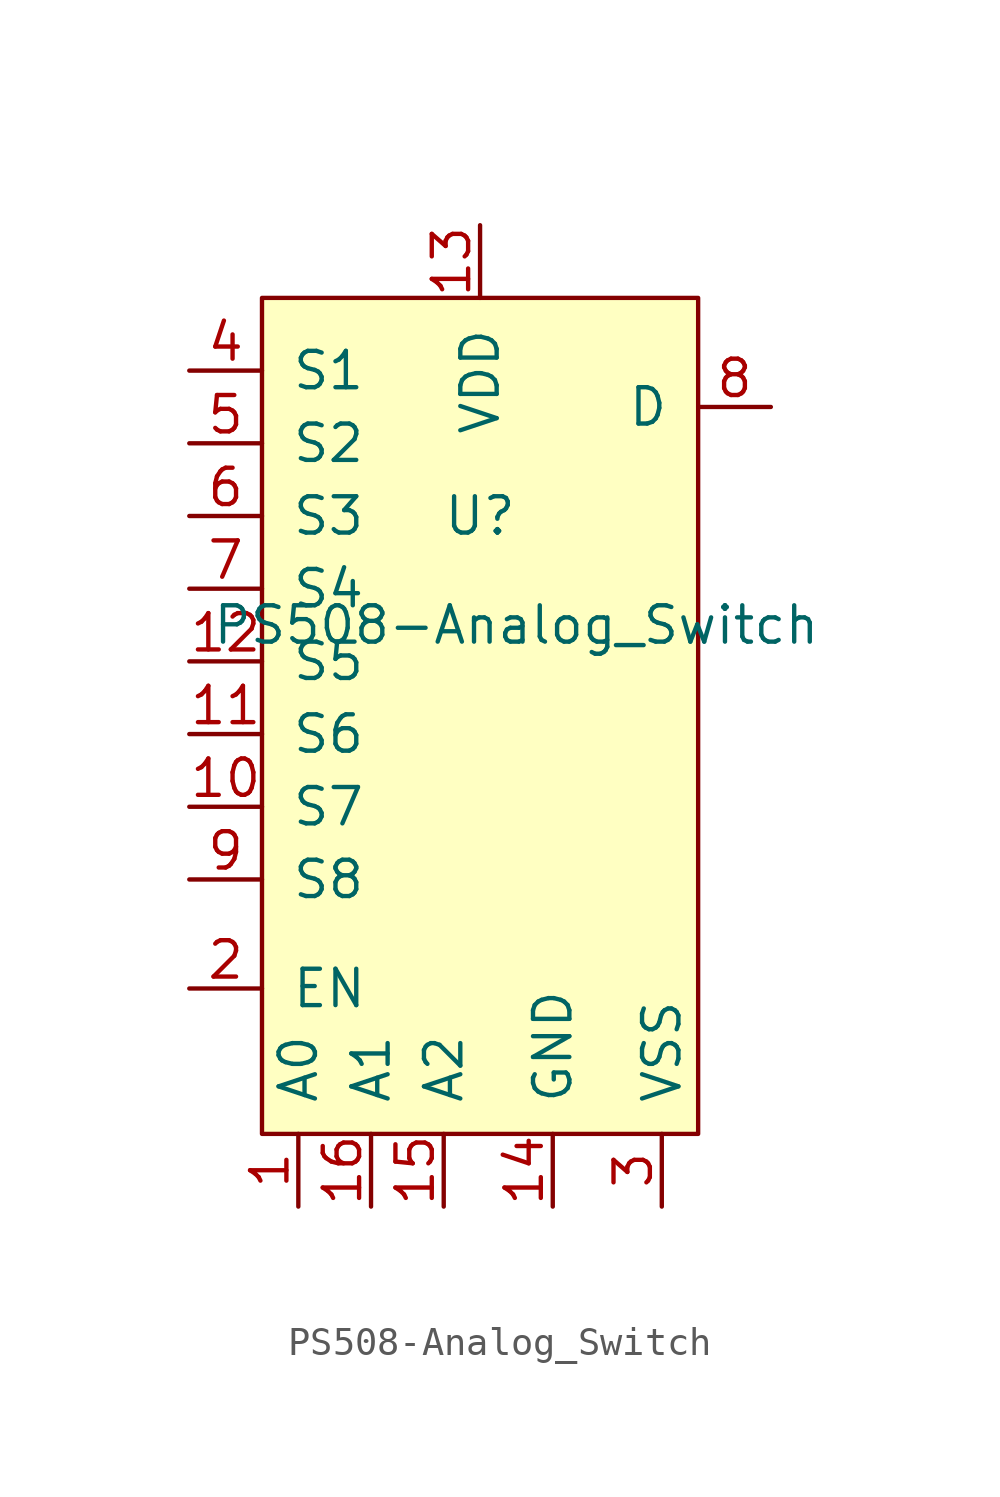
<source format=kicad_sym>
(kicad_symbol_lib
  (version 20211014)
  (generator kicad_symbol_editor)
  (symbol "PS508-Analog_Switch"
    (pin_names
      (offset 1.016))
    (property "Reference" "U"
      (at 0 0 0)
      (effects (font (size 1.27 1.27))))
    (property "Value" "PS508-Analog_Switch"
      (at 1.27 -3.81 0)
      (effects (font (size 1.27 1.27))))
    (symbol "PS508-Analog_Switch_0_1"
      (rectangle (start -7.62 7.62) (end 7.62 -21.59) (stroke (width 0) (type default) (color 0 0 0 0)) (fill (type background))))
    (symbol "PS508-Analog_Switch_1_1"
      (pin input line (at -6.35 -24.13 90) (length 2.54) (name "A0" (effects (font (size 1.27 1.27)))) (number "1" (effects (font (size 1.27 1.27)))))
      (pin bidirectional line (at -10.16 -10.16 0) (length 2.54) (name "S7" (effects (font (size 1.27 1.27)))) (number "10" (effects (font (size 1.27 1.27)))))
      (pin bidirectional line (at -10.16 -7.62 0) (length 2.54) (name "S6" (effects (font (size 1.27 1.27)))) (number "11" (effects (font (size 1.27 1.27)))))
      (pin bidirectional line (at -10.16 -5.08 0) (length 2.54) (name "S5" (effects (font (size 1.27 1.27)))) (number "12" (effects (font (size 1.27 1.27)))))
      (pin power_in line (at 0 10.16 270) (length 2.54) (name "VDD" (effects (font (size 1.27 1.27)))) (number "13" (effects (font (size 1.27 1.27)))))
      (pin power_in line (at 2.54 -24.13 90) (length 2.54) (name "GND" (effects (font (size 1.27 1.27)))) (number "14" (effects (font (size 1.27 1.27)))))
      (pin input line (at -1.27 -24.13 90) (length 2.54) (name "A2" (effects (font (size 1.27 1.27)))) (number "15" (effects (font (size 1.27 1.27)))))
      (pin input line (at -3.81 -24.13 90) (length 2.54) (name "A1" (effects (font (size 1.27 1.27)))) (number "16" (effects (font (size 1.27 1.27)))))
      (pin input line (at -10.16 -16.51 0) (length 2.54) (name "EN" (effects (font (size 1.27 1.27)))) (number "2" (effects (font (size 1.27 1.27)))))
      (pin power_in line (at 6.35 -24.13 90) (length 2.54) (name "VSS" (effects (font (size 1.27 1.27)))) (number "3" (effects (font (size 1.27 1.27)))))
      (pin bidirectional line (at -10.16 5.08 0) (length 2.54) (name "S1" (effects (font (size 1.27 1.27)))) (number "4" (effects (font (size 1.27 1.27)))))
      (pin bidirectional line (at -10.16 2.54 0) (length 2.54) (name "S2" (effects (font (size 1.27 1.27)))) (number "5" (effects (font (size 1.27 1.27)))))
      (pin bidirectional line (at -10.16 0 0) (length 2.54) (name "S3" (effects (font (size 1.27 1.27)))) (number "6" (effects (font (size 1.27 1.27)))))
      (pin bidirectional line (at -10.16 -2.54 0) (length 2.54) (name "S4" (effects (font (size 1.27 1.27)))) (number "7" (effects (font (size 1.27 1.27)))))
      (pin bidirectional line (at 10.16 3.81 180) (length 2.54) (name "D" (effects (font (size 1.27 1.27)))) (number "8" (effects (font (size 1.27 1.27)))))
      (pin bidirectional line (at -10.16 -12.7 0) (length 2.54) (name "S8" (effects (font (size 1.27 1.27)))) (number "9" (effects (font (size 1.27 1.27))))))))
</source>
